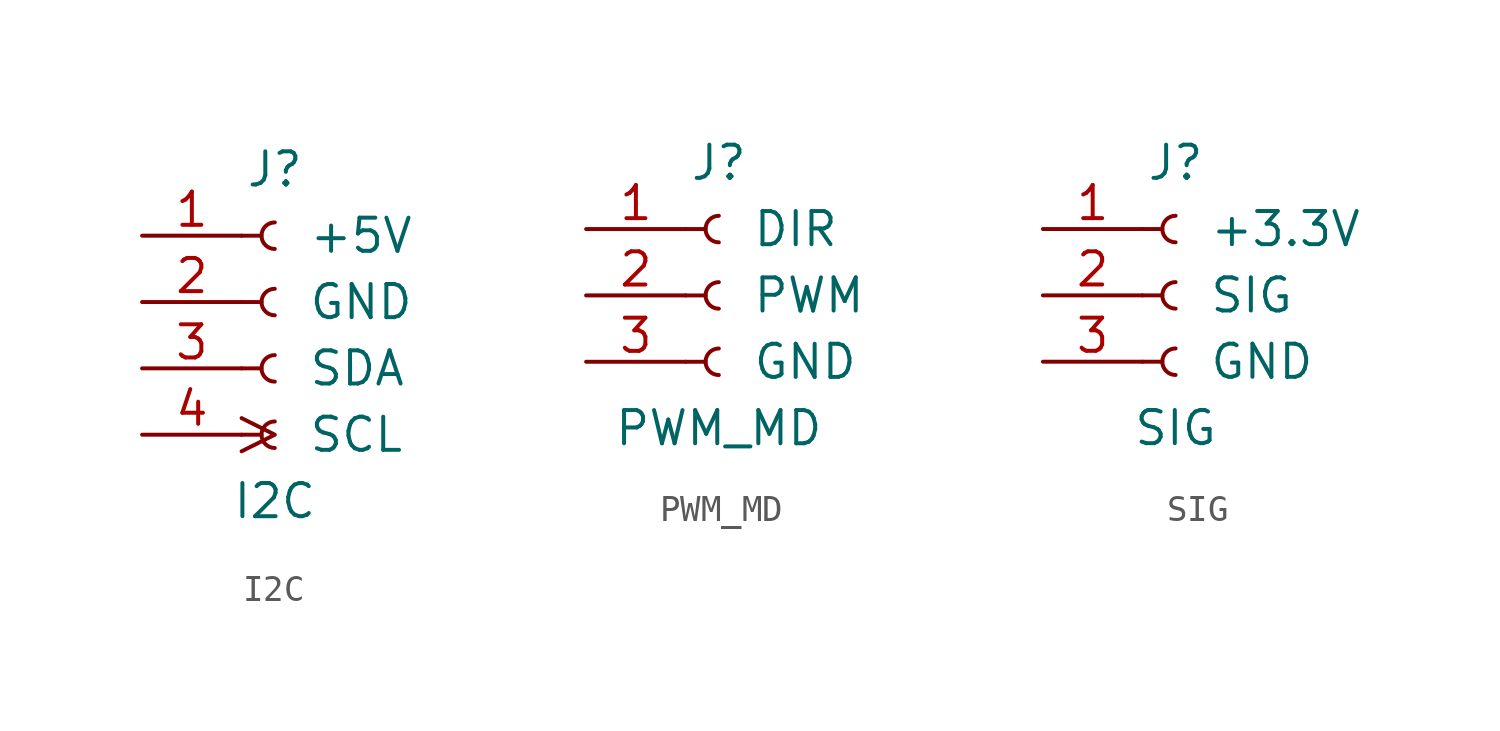
<source format=kicad_sym>
(kicad_symbol_lib
  (version 20241209)
  (generator "kicad_symbol_editor")
  (generator_version "9.0")
  (symbol "I2C"
    (pin_names
      (offset 2.54))
    (property "Reference" "J"
      (at 0 5.08 0)
      (effects (font (size 1.27 1.27))))
    (property "Value" "I2C"
      (at 0 -7.62 0)
      (effects (font (size 1.27 1.27))))
    (symbol "I2C_1_1"
      (polyline (pts (xy -1.27 2.54) (xy -0.508 2.54)) (stroke (width 0.152) (type default)) (fill (type none)))
      (polyline (pts (xy -1.27 0) (xy -0.508 0)) (stroke (width 0.152) (type default)) (fill (type none)))
      (polyline (pts (xy -1.27 -2.54) (xy -0.508 -2.54)) (stroke (width 0.152) (type default)) (fill (type none)))
      (polyline (pts (xy -1.27 -5.08) (xy -0.508 -5.08)) (stroke (width 0.152) (type default)) (fill (type none)))
      (arc (start 0 2.032) (mid -0.5058 2.54) (end 0 3.048) (stroke (width 0.1524) (type default)) (fill (type none)))
      (arc (start 0 -0.508) (mid -0.5058 0) (end 0 0.508) (stroke (width 0.1524) (type default)) (fill (type none)))
      (arc (start 0 -3.048) (mid -0.5058 -2.54) (end 0 -2.032) (stroke (width 0.1524) (type default)) (fill (type none)))
      (arc (start 0 -5.588) (mid -0.5058 -5.08) (end 0 -4.572) (stroke (width 0.1524) (type default)) (fill (type none)))
      (pin power_in line (at -5.08 2.54 0) (length 3.81) (name "+5V" (effects (font (size 1.27 1.27)))) (number "1" (effects (font (size 1.27 1.27)))))
      (pin power_in line (at -5.08 0 0) (length 3.81) (name "GND" (effects (font (size 1.27 1.27)))) (number "2" (effects (font (size 1.27 1.27)))))
      (pin bidirectional line (at -5.08 -2.54 0) (length 3.81) (name "SDA" (effects (font (size 1.27 1.27)))) (number "3" (effects (font (size 1.27 1.27)))))
      (pin bidirectional clock (at -5.08 -5.08 0) (length 3.81) (name "SCL" (effects (font (size 1.27 1.27)))) (number "4" (effects (font (size 1.27 1.27)))))))
  (symbol "PWM_MD"
    (pin_names
      (offset 2.54))
    (property "Reference" "J"
      (at 0 5.08 0)
      (effects (font (size 1.27 1.27))))
    (property "Value" "PWM_MD"
      (at 0 -5.08 0)
      (effects (font (size 1.27 1.27))))
    (symbol "PWM_MD_1_1"
      (polyline (pts (xy -1.27 2.54) (xy -0.508 2.54)) (stroke (width 0.152) (type default)) (fill (type none)))
      (polyline (pts (xy -1.27 0) (xy -0.508 0)) (stroke (width 0.152) (type default)) (fill (type none)))
      (polyline (pts (xy -1.27 -2.54) (xy -0.508 -2.54)) (stroke (width 0.152) (type default)) (fill (type none)))
      (arc (start 0 2.032) (mid -0.5058 2.54) (end 0 3.048) (stroke (width 0.1524) (type default)) (fill (type none)))
      (arc (start 0 -0.508) (mid -0.5058 0) (end 0 0.508) (stroke (width 0.1524) (type default)) (fill (type none)))
      (arc (start 0 -3.048) (mid -0.5058 -2.54) (end 0 -2.032) (stroke (width 0.1524) (type default)) (fill (type none)))
      (pin input line (at -5.08 2.54 0) (length 3.81) (name "DIR" (effects (font (size 1.27 1.27)))) (number "1" (effects (font (size 1.27 1.27)))))
      (pin input line (at -5.08 0 0) (length 3.81) (name "PWM" (effects (font (size 1.27 1.27)))) (number "2" (effects (font (size 1.27 1.27)))))
      (pin power_in line (at -5.08 -2.54 0) (length 3.81) (name "GND" (effects (font (size 1.27 1.27)))) (number "3" (effects (font (size 1.27 1.27)))))))
  (symbol "SIG"
    (pin_names
      (offset 2.54))
    (property "Reference" "J"
      (at 0 5.08 0)
      (effects (font (size 1.27 1.27))))
    (property "Value" "SIG"
      (at 0 -5.08 0)
      (effects (font (size 1.27 1.27))))
    (symbol "SIG_1_1"
      (polyline (pts (xy -1.27 2.54) (xy -0.508 2.54)) (stroke (width 0.152) (type default)) (fill (type none)))
      (polyline (pts (xy -1.27 0) (xy -0.508 0)) (stroke (width 0.152) (type default)) (fill (type none)))
      (polyline (pts (xy -1.27 -2.54) (xy -0.508 -2.54)) (stroke (width 0.152) (type default)) (fill (type none)))
      (arc (start 0 2.032) (mid -0.5058 2.54) (end 0 3.048) (stroke (width 0.1524) (type default)) (fill (type none)))
      (arc (start 0 -0.508) (mid -0.5058 0) (end 0 0.508) (stroke (width 0.1524) (type default)) (fill (type none)))
      (arc (start 0 -3.048) (mid -0.5058 -2.54) (end 0 -2.032) (stroke (width 0.1524) (type default)) (fill (type none)))
      (pin power_in line (at -5.08 2.54 0) (length 3.81) (name "+3.3V" (effects (font (size 1.27 1.27)))) (number "1" (effects (font (size 1.27 1.27)))))
      (pin input line (at -5.08 0 0) (length 3.81) (name "SIG" (effects (font (size 1.27 1.27)))) (number "2" (effects (font (size 1.27 1.27)))))
      (pin power_in line (at -5.08 -2.54 0) (length 3.81) (name "GND" (effects (font (size 1.27 1.27)))) (number "3" (effects (font (size 1.27 1.27))))))))
</source>
